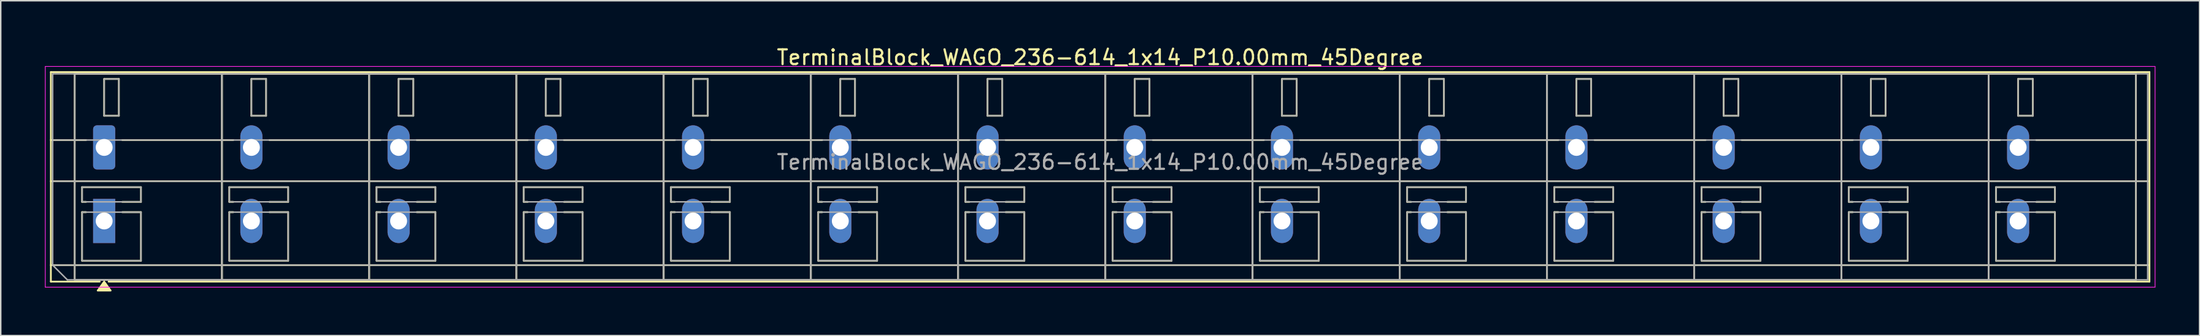
<source format=kicad_pcb>
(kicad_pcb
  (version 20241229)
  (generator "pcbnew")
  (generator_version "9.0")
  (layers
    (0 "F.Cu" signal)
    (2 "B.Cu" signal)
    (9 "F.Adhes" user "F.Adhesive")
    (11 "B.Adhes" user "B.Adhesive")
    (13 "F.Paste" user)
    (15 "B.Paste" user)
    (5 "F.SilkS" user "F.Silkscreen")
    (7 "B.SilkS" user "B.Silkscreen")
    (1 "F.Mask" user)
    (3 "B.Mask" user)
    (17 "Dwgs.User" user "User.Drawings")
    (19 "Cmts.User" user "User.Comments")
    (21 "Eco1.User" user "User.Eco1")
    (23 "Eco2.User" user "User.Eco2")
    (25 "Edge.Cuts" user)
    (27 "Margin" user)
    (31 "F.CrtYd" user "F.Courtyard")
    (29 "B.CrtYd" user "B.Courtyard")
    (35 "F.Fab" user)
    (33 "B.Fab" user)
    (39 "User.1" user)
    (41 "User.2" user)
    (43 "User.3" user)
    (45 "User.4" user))
  (footprint "TerminalBlock_WAGO_236-614_1x14_P10.00mm_45Degree"
    (layer "F.Cu")
    (at 4.025 6.968)
    (property "Reference" "TerminalBlock_WAGO_236-614_1x14_P10.00mm_45Degree" (at 67.65 -6.12 0) (layer "F.SilkS") (effects (font (size 1 1) (thickness 0.15))))
    (attr through_hole)
    (fp_line (start -3.62 -5.12) (end -3.62 9.12) (stroke (width 0.12) (type solid)) (layer "F.SilkS"))
    (fp_line (start -3.62 -5.12) (end 138.92 -5.12) (stroke (width 0.12) (type solid)) (layer "F.SilkS"))
    (fp_line (start -3.62 -0.5) (end -1.23 -0.5) (stroke (width 0.12) (type solid)) (layer "F.SilkS"))
    (fp_line (start -3.62 2.3) (end 138.92 2.3) (stroke (width 0.12) (type solid)) (layer "F.SilkS"))
    (fp_line (start -3.62 8) (end 138.92 8) (stroke (width 0.12) (type solid)) (layer "F.SilkS"))
    (fp_line (start -3.62 9.12) (end -0.3 9.12) (stroke (width 0.12) (type solid)) (layer "F.SilkS"))
    (fp_line (start -2 -5) (end -2 9) (stroke (width 0.12) (type solid)) (layer "F.SilkS"))
    (fp_line (start -2 -5) (end 8 -5) (stroke (width 0.12) (type solid)) (layer "F.SilkS"))
    (fp_line (start -2 9) (end 8 9) (stroke (width 0.12) (type solid)) (layer "F.SilkS"))
    (fp_line (start -1.5 2.7) (end -1.5 3.7) (stroke (width 0.12) (type solid)) (layer "F.SilkS"))
    (fp_line (start -1.5 2.7) (end 2.5 2.7) (stroke (width 0.12) (type solid)) (layer "F.SilkS"))
    (fp_line (start -1.5 3.7) (end -1.23 3.7) (stroke (width 0.12) (type solid)) (layer "F.SilkS"))
    (fp_line (start -1.5 4.4) (end -1.5 7.7) (stroke (width 0.12) (type solid)) (layer "F.SilkS"))
    (fp_line (start -1.5 4.4) (end -1.23 4.4) (stroke (width 0.12) (type solid)) (layer "F.SilkS"))
    (fp_line (start -1.5 7.7) (end 2.5 7.7) (stroke (width 0.12) (type solid)) (layer "F.SilkS"))
    (fp_line (start 0 -4.65) (end 0 -2.15) (stroke (width 0.12) (type solid)) (layer "F.SilkS"))
    (fp_line (start 0 -4.65) (end 1 -4.65) (stroke (width 0.12) (type solid)) (layer "F.SilkS"))
    (fp_line (start 0 -2.15) (end 1 -2.15) (stroke (width 0.12) (type solid)) (layer "F.SilkS"))
    (fp_line (start 0.3 9.12) (end 138.92 9.12) (stroke (width 0.12) (type solid)) (layer "F.SilkS"))
    (fp_line (start 1 -4.65) (end 1 -2.15) (stroke (width 0.12) (type solid)) (layer "F.SilkS"))
    (fp_line (start 1.23 -0.5) (end 8.77 -0.5) (stroke (width 0.12) (type solid)) (layer "F.SilkS"))
    (fp_line (start 1.23 3.7) (end 2.5 3.7) (stroke (width 0.12) (type solid)) (layer "F.SilkS"))
    (fp_line (start 1.23 4.4) (end 2.5 4.4) (stroke (width 0.12) (type solid)) (layer "F.SilkS"))
    (fp_line (start 2.5 2.7) (end 2.5 3.7) (stroke (width 0.12) (type solid)) (layer "F.SilkS"))
    (fp_line (start 2.5 4.4) (end 2.5 7.7) (stroke (width 0.12) (type solid)) (layer "F.SilkS"))
    (fp_line (start 8 -5) (end 8 9) (stroke (width 0.12) (type solid)) (layer "F.SilkS"))
    (fp_line (start 8 -5) (end 8 9) (stroke (width 0.12) (type solid)) (layer "F.SilkS"))
    (fp_line (start 8 -5) (end 18 -5) (stroke (width 0.12) (type solid)) (layer "F.SilkS"))
    (fp_line (start 8 9) (end 18 9) (stroke (width 0.12) (type solid)) (layer "F.SilkS"))
    (fp_line (start 8.5 2.7) (end 8.5 3.7) (stroke (width 0.12) (type solid)) (layer "F.SilkS"))
    (fp_line (start 8.5 2.7) (end 12.5 2.7) (stroke (width 0.12) (type solid)) (layer "F.SilkS"))
    (fp_line (start 8.5 3.7) (end 8.77 3.7) (stroke (width 0.12) (type solid)) (layer "F.SilkS"))
    (fp_line (start 8.5 4.4) (end 8.5 7.7) (stroke (width 0.12) (type solid)) (layer "F.SilkS"))
    (fp_line (start 8.5 4.4) (end 8.77 4.4) (stroke (width 0.12) (type solid)) (layer "F.SilkS"))
    (fp_line (start 8.5 7.7) (end 12.5 7.7) (stroke (width 0.12) (type solid)) (layer "F.SilkS"))
    (fp_line (start 10 -4.65) (end 10 -2.15) (stroke (width 0.12) (type solid)) (layer "F.SilkS"))
    (fp_line (start 10 -4.65) (end 11 -4.65) (stroke (width 0.12) (type solid)) (layer "F.SilkS"))
    (fp_line (start 10 -2.15) (end 11 -2.15) (stroke (width 0.12) (type solid)) (layer "F.SilkS"))
    (fp_line (start 11 -4.65) (end 11 -2.15) (stroke (width 0.12) (type solid)) (layer "F.SilkS"))
    (fp_line (start 11.23 -0.5) (end 18.77 -0.5) (stroke (width 0.12) (type solid)) (layer "F.SilkS"))
    (fp_line (start 11.23 3.7) (end 12.5 3.7) (stroke (width 0.12) (type solid)) (layer "F.SilkS"))
    (fp_line (start 11.23 4.4) (end 12.5 4.4) (stroke (width 0.12) (type solid)) (layer "F.SilkS"))
    (fp_line (start 12.5 2.7) (end 12.5 3.7) (stroke (width 0.12) (type solid)) (layer "F.SilkS"))
    (fp_line (start 12.5 4.4) (end 12.5 7.7) (stroke (width 0.12) (type solid)) (layer "F.SilkS"))
    (fp_line (start 18 -5) (end 18 9) (stroke (width 0.12) (type solid)) (layer "F.SilkS"))
    (fp_line (start 18 -5) (end 18 9) (stroke (width 0.12) (type solid)) (layer "F.SilkS"))
    (fp_line (start 18 -5) (end 28 -5) (stroke (width 0.12) (type solid)) (layer "F.SilkS"))
    (fp_line (start 18 9) (end 28 9) (stroke (width 0.12) (type solid)) (layer "F.SilkS"))
    (fp_line (start 18.5 2.7) (end 18.5 3.7) (stroke (width 0.12) (type solid)) (layer "F.SilkS"))
    (fp_line (start 18.5 2.7) (end 22.5 2.7) (stroke (width 0.12) (type solid)) (layer "F.SilkS"))
    (fp_line (start 18.5 3.7) (end 18.77 3.7) (stroke (width 0.12) (type solid)) (layer "F.SilkS"))
    (fp_line (start 18.5 4.4) (end 18.5 7.7) (stroke (width 0.12) (type solid)) (layer "F.SilkS"))
    (fp_line (start 18.5 4.4) (end 18.77 4.4) (stroke (width 0.12) (type solid)) (layer "F.SilkS"))
    (fp_line (start 18.5 7.7) (end 22.5 7.7) (stroke (width 0.12) (type solid)) (layer "F.SilkS"))
    (fp_line (start 20 -4.65) (end 20 -2.15) (stroke (width 0.12) (type solid)) (layer "F.SilkS"))
    (fp_line (start 20 -4.65) (end 21 -4.65) (stroke (width 0.12) (type solid)) (layer "F.SilkS"))
    (fp_line (start 20 -2.15) (end 21 -2.15) (stroke (width 0.12) (type solid)) (layer "F.SilkS"))
    (fp_line (start 21 -4.65) (end 21 -2.15) (stroke (width 0.12) (type solid)) (layer "F.SilkS"))
    (fp_line (start 21.23 -0.5) (end 28.77 -0.5) (stroke (width 0.12) (type solid)) (layer "F.SilkS"))
    (fp_line (start 21.23 3.7) (end 22.5 3.7) (stroke (width 0.12) (type solid)) (layer "F.SilkS"))
    (fp_line (start 21.23 4.4) (end 22.5 4.4) (stroke (width 0.12) (type solid)) (layer "F.SilkS"))
    (fp_line (start 22.5 2.7) (end 22.5 3.7) (stroke (width 0.12) (type solid)) (layer "F.SilkS"))
    (fp_line (start 22.5 4.4) (end 22.5 7.7) (stroke (width 0.12) (type solid)) (layer "F.SilkS"))
    (fp_line (start 28 -5) (end 28 9) (stroke (width 0.12) (type solid)) (layer "F.SilkS"))
    (fp_line (start 28 -5) (end 28 9) (stroke (width 0.12) (type solid)) (layer "F.SilkS"))
    (fp_line (start 28 -5) (end 38 -5) (stroke (width 0.12) (type solid)) (layer "F.SilkS"))
    (fp_line (start 28 9) (end 38 9) (stroke (width 0.12) (type solid)) (layer "F.SilkS"))
    (fp_line (start 28.5 2.7) (end 28.5 3.7) (stroke (width 0.12) (type solid)) (layer "F.SilkS"))
    (fp_line (start 28.5 2.7) (end 32.5 2.7) (stroke (width 0.12) (type solid)) (layer "F.SilkS"))
    (fp_line (start 28.5 3.7) (end 28.77 3.7) (stroke (width 0.12) (type solid)) (layer "F.SilkS"))
    (fp_line (start 28.5 4.4) (end 28.5 7.7) (stroke (width 0.12) (type solid)) (layer "F.SilkS"))
    (fp_line (start 28.5 4.4) (end 28.77 4.4) (stroke (width 0.12) (type solid)) (layer "F.SilkS"))
    (fp_line (start 28.5 7.7) (end 32.5 7.7) (stroke (width 0.12) (type solid)) (layer "F.SilkS"))
    (fp_line (start 30 -4.65) (end 30 -2.15) (stroke (width 0.12) (type solid)) (layer "F.SilkS"))
    (fp_line (start 30 -4.65) (end 31 -4.65) (stroke (width 0.12) (type solid)) (layer "F.SilkS"))
    (fp_line (start 30 -2.15) (end 31 -2.15) (stroke (width 0.12) (type solid)) (layer "F.SilkS"))
    (fp_line (start 31 -4.65) (end 31 -2.15) (stroke (width 0.12) (type solid)) (layer "F.SilkS"))
    (fp_line (start 31.23 -0.5) (end 38.77 -0.5) (stroke (width 0.12) (type solid)) (layer "F.SilkS"))
    (fp_line (start 31.23 3.7) (end 32.5 3.7) (stroke (width 0.12) (type solid)) (layer "F.SilkS"))
    (fp_line (start 31.23 4.4) (end 32.5 4.4) (stroke (width 0.12) (type solid)) (layer "F.SilkS"))
    (fp_line (start 32.5 2.7) (end 32.5 3.7) (stroke (width 0.12) (type solid)) (layer "F.SilkS"))
    (fp_line (start 32.5 4.4) (end 32.5 7.7) (stroke (width 0.12) (type solid)) (layer "F.SilkS"))
    (fp_line (start 38 -5) (end 38 9) (stroke (width 0.12) (type solid)) (layer "F.SilkS"))
    (fp_line (start 38 -5) (end 38 9) (stroke (width 0.12) (type solid)) (layer "F.SilkS"))
    (fp_line (start 38 -5) (end 48 -5) (stroke (width 0.12) (type solid)) (layer "F.SilkS"))
    (fp_line (start 38 9) (end 48 9) (stroke (width 0.12) (type solid)) (layer "F.SilkS"))
    (fp_line (start 38.5 2.7) (end 38.5 3.7) (stroke (width 0.12) (type solid)) (layer "F.SilkS"))
    (fp_line (start 38.5 2.7) (end 42.5 2.7) (stroke (width 0.12) (type solid)) (layer "F.SilkS"))
    (fp_line (start 38.5 3.7) (end 38.77 3.7) (stroke (width 0.12) (type solid)) (layer "F.SilkS"))
    (fp_line (start 38.5 4.4) (end 38.5 7.7) (stroke (width 0.12) (type solid)) (layer "F.SilkS"))
    (fp_line (start 38.5 4.4) (end 38.77 4.4) (stroke (width 0.12) (type solid)) (layer "F.SilkS"))
    (fp_line (start 38.5 7.7) (end 42.5 7.7) (stroke (width 0.12) (type solid)) (layer "F.SilkS"))
    (fp_line (start 40 -4.65) (end 40 -2.15) (stroke (width 0.12) (type solid)) (layer "F.SilkS"))
    (fp_line (start 40 -4.65) (end 41 -4.65) (stroke (width 0.12) (type solid)) (layer "F.SilkS"))
    (fp_line (start 40 -2.15) (end 41 -2.15) (stroke (width 0.12) (type solid)) (layer "F.SilkS"))
    (fp_line (start 41 -4.65) (end 41 -2.15) (stroke (width 0.12) (type solid)) (layer "F.SilkS"))
    (fp_line (start 41.23 -0.5) (end 48.77 -0.5) (stroke (width 0.12) (type solid)) (layer "F.SilkS"))
    (fp_line (start 41.23 3.7) (end 42.5 3.7) (stroke (width 0.12) (type solid)) (layer "F.SilkS"))
    (fp_line (start 41.23 4.4) (end 42.5 4.4) (stroke (width 0.12) (type solid)) (layer "F.SilkS"))
    (fp_line (start 42.5 2.7) (end 42.5 3.7) (stroke (width 0.12) (type solid)) (layer "F.SilkS"))
    (fp_line (start 42.5 4.4) (end 42.5 7.7) (stroke (width 0.12) (type solid)) (layer "F.SilkS"))
    (fp_line (start 48 -5) (end 48 9) (stroke (width 0.12) (type solid)) (layer "F.SilkS"))
    (fp_line (start 48 -5) (end 48 9) (stroke (width 0.12) (type solid)) (layer "F.SilkS"))
    (fp_line (start 48 -5) (end 58 -5) (stroke (width 0.12) (type solid)) (layer "F.SilkS"))
    (fp_line (start 48 9) (end 58 9) (stroke (width 0.12) (type solid)) (layer "F.SilkS"))
    (fp_line (start 48.5 2.7) (end 48.5 3.7) (stroke (width 0.12) (type solid)) (layer "F.SilkS"))
    (fp_line (start 48.5 2.7) (end 52.5 2.7) (stroke (width 0.12) (type solid)) (layer "F.SilkS"))
    (fp_line (start 48.5 3.7) (end 48.77 3.7) (stroke (width 0.12) (type solid)) (layer "F.SilkS"))
    (fp_line (start 48.5 4.4) (end 48.5 7.7) (stroke (width 0.12) (type solid)) (layer "F.SilkS"))
    (fp_line (start 48.5 4.4) (end 48.77 4.4) (stroke (width 0.12) (type solid)) (layer "F.SilkS"))
    (fp_line (start 48.5 7.7) (end 52.5 7.7) (stroke (width 0.12) (type solid)) (layer "F.SilkS"))
    (fp_line (start 50 -4.65) (end 50 -2.15) (stroke (width 0.12) (type solid)) (layer "F.SilkS"))
    (fp_line (start 50 -4.65) (end 51 -4.65) (stroke (width 0.12) (type solid)) (layer "F.SilkS"))
    (fp_line (start 50 -2.15) (end 51 -2.15) (stroke (width 0.12) (type solid)) (layer "F.SilkS"))
    (fp_line (start 51 -4.65) (end 51 -2.15) (stroke (width 0.12) (type solid)) (layer "F.SilkS"))
    (fp_line (start 51.23 -0.5) (end 58.77 -0.5) (stroke (width 0.12) (type solid)) (layer "F.SilkS"))
    (fp_line (start 51.23 3.7) (end 52.5 3.7) (stroke (width 0.12) (type solid)) (layer "F.SilkS"))
    (fp_line (start 51.23 4.4) (end 52.5 4.4) (stroke (width 0.12) (type solid)) (layer "F.SilkS"))
    (fp_line (start 52.5 2.7) (end 52.5 3.7) (stroke (width 0.12) (type solid)) (layer "F.SilkS"))
    (fp_line (start 52.5 4.4) (end 52.5 7.7) (stroke (width 0.12) (type solid)) (layer "F.SilkS"))
    (fp_line (start 58 -5) (end 58 9) (stroke (width 0.12) (type solid)) (layer "F.SilkS"))
    (fp_line (start 58 -5) (end 58 9) (stroke (width 0.12) (type solid)) (layer "F.SilkS"))
    (fp_line (start 58 -5) (end 68 -5) (stroke (width 0.12) (type solid)) (layer "F.SilkS"))
    (fp_line (start 58 9) (end 68 9) (stroke (width 0.12) (type solid)) (layer "F.SilkS"))
    (fp_line (start 58.5 2.7) (end 58.5 3.7) (stroke (width 0.12) (type solid)) (layer "F.SilkS"))
    (fp_line (start 58.5 2.7) (end 62.5 2.7) (stroke (width 0.12) (type solid)) (layer "F.SilkS"))
    (fp_line (start 58.5 3.7) (end 58.77 3.7) (stroke (width 0.12) (type solid)) (layer "F.SilkS"))
    (fp_line (start 58.5 4.4) (end 58.5 7.7) (stroke (width 0.12) (type solid)) (layer "F.SilkS"))
    (fp_line (start 58.5 4.4) (end 58.77 4.4) (stroke (width 0.12) (type solid)) (layer "F.SilkS"))
    (fp_line (start 58.5 7.7) (end 62.5 7.7) (stroke (width 0.12) (type solid)) (layer "F.SilkS"))
    (fp_line (start 60 -4.65) (end 60 -2.15) (stroke (width 0.12) (type solid)) (layer "F.SilkS"))
    (fp_line (start 60 -4.65) (end 61 -4.65) (stroke (width 0.12) (type solid)) (layer "F.SilkS"))
    (fp_line (start 60 -2.15) (end 61 -2.15) (stroke (width 0.12) (type solid)) (layer "F.SilkS"))
    (fp_line (start 61 -4.65) (end 61 -2.15) (stroke (width 0.12) (type solid)) (layer "F.SilkS"))
    (fp_line (start 61.23 -0.5) (end 68.77 -0.5) (stroke (width 0.12) (type solid)) (layer "F.SilkS"))
    (fp_line (start 61.23 3.7) (end 62.5 3.7) (stroke (width 0.12) (type solid)) (layer "F.SilkS"))
    (fp_line (start 61.23 4.4) (end 62.5 4.4) (stroke (width 0.12) (type solid)) (layer "F.SilkS"))
    (fp_line (start 62.5 2.7) (end 62.5 3.7) (stroke (width 0.12) (type solid)) (layer "F.SilkS"))
    (fp_line (start 62.5 4.4) (end 62.5 7.7) (stroke (width 0.12) (type solid)) (layer "F.SilkS"))
    (fp_line (start 68 -5) (end 68 9) (stroke (width 0.12) (type solid)) (layer "F.SilkS"))
    (fp_line (start 68 -5) (end 68 9) (stroke (width 0.12) (type solid)) (layer "F.SilkS"))
    (fp_line (start 68 -5) (end 78 -5) (stroke (width 0.12) (type solid)) (layer "F.SilkS"))
    (fp_line (start 68 9) (end 78 9) (stroke (width 0.12) (type solid)) (layer "F.SilkS"))
    (fp_line (start 68.5 2.7) (end 68.5 3.7) (stroke (width 0.12) (type solid)) (layer "F.SilkS"))
    (fp_line (start 68.5 2.7) (end 72.5 2.7) (stroke (width 0.12) (type solid)) (layer "F.SilkS"))
    (fp_line (start 68.5 3.7) (end 68.77 3.7) (stroke (width 0.12) (type solid)) (layer "F.SilkS"))
    (fp_line (start 68.5 4.4) (end 68.5 7.7) (stroke (width 0.12) (type solid)) (layer "F.SilkS"))
    (fp_line (start 68.5 4.4) (end 68.77 4.4) (stroke (width 0.12) (type solid)) (layer "F.SilkS"))
    (fp_line (start 68.5 7.7) (end 72.5 7.7) (stroke (width 0.12) (type solid)) (layer "F.SilkS"))
    (fp_line (start 70 -4.65) (end 70 -2.15) (stroke (width 0.12) (type solid)) (layer "F.SilkS"))
    (fp_line (start 70 -4.65) (end 71 -4.65) (stroke (width 0.12) (type solid)) (layer "F.SilkS"))
    (fp_line (start 70 -2.15) (end 71 -2.15) (stroke (width 0.12) (type solid)) (layer "F.SilkS"))
    (fp_line (start 71 -4.65) (end 71 -2.15) (stroke (width 0.12) (type solid)) (layer "F.SilkS"))
    (fp_line (start 71.23 -0.5) (end 78.77 -0.5) (stroke (width 0.12) (type solid)) (layer "F.SilkS"))
    (fp_line (start 71.23 3.7) (end 72.5 3.7) (stroke (width 0.12) (type solid)) (layer "F.SilkS"))
    (fp_line (start 71.23 4.4) (end 72.5 4.4) (stroke (width 0.12) (type solid)) (layer "F.SilkS"))
    (fp_line (start 72.5 2.7) (end 72.5 3.7) (stroke (width 0.12) (type solid)) (layer "F.SilkS"))
    (fp_line (start 72.5 4.4) (end 72.5 7.7) (stroke (width 0.12) (type solid)) (layer "F.SilkS"))
    (fp_line (start 78 -5) (end 78 9) (stroke (width 0.12) (type solid)) (layer "F.SilkS"))
    (fp_line (start 78 -5) (end 78 9) (stroke (width 0.12) (type solid)) (layer "F.SilkS"))
    (fp_line (start 78 -5) (end 88 -5) (stroke (width 0.12) (type solid)) (layer "F.SilkS"))
    (fp_line (start 78 9) (end 88 9) (stroke (width 0.12) (type solid)) (layer "F.SilkS"))
    (fp_line (start 78.5 2.7) (end 78.5 3.7) (stroke (width 0.12) (type solid)) (layer "F.SilkS"))
    (fp_line (start 78.5 2.7) (end 82.5 2.7) (stroke (width 0.12) (type solid)) (layer "F.SilkS"))
    (fp_line (start 78.5 3.7) (end 78.77 3.7) (stroke (width 0.12) (type solid)) (layer "F.SilkS"))
    (fp_line (start 78.5 4.4) (end 78.5 7.7) (stroke (width 0.12) (type solid)) (layer "F.SilkS"))
    (fp_line (start 78.5 4.4) (end 78.77 4.4) (stroke (width 0.12) (type solid)) (layer "F.SilkS"))
    (fp_line (start 78.5 7.7) (end 82.5 7.7) (stroke (width 0.12) (type solid)) (layer "F.SilkS"))
    (fp_line (start 80 -4.65) (end 80 -2.15) (stroke (width 0.12) (type solid)) (layer "F.SilkS"))
    (fp_line (start 80 -4.65) (end 81 -4.65) (stroke (width 0.12) (type solid)) (layer "F.SilkS"))
    (fp_line (start 80 -2.15) (end 81 -2.15) (stroke (width 0.12) (type solid)) (layer "F.SilkS"))
    (fp_line (start 81 -4.65) (end 81 -2.15) (stroke (width 0.12) (type solid)) (layer "F.SilkS"))
    (fp_line (start 81.23 -0.5) (end 88.77 -0.5) (stroke (width 0.12) (type solid)) (layer "F.SilkS"))
    (fp_line (start 81.23 3.7) (end 82.5 3.7) (stroke (width 0.12) (type solid)) (layer "F.SilkS"))
    (fp_line (start 81.23 4.4) (end 82.5 4.4) (stroke (width 0.12) (type solid)) (layer "F.SilkS"))
    (fp_line (start 82.5 2.7) (end 82.5 3.7) (stroke (width 0.12) (type solid)) (layer "F.SilkS"))
    (fp_line (start 82.5 4.4) (end 82.5 7.7) (stroke (width 0.12) (type solid)) (layer "F.SilkS"))
    (fp_line (start 88 -5) (end 88 9) (stroke (width 0.12) (type solid)) (layer "F.SilkS"))
    (fp_line (start 88 -5) (end 88 9) (stroke (width 0.12) (type solid)) (layer "F.SilkS"))
    (fp_line (start 88 -5) (end 98 -5) (stroke (width 0.12) (type solid)) (layer "F.SilkS"))
    (fp_line (start 88 9) (end 98 9) (stroke (width 0.12) (type solid)) (layer "F.SilkS"))
    (fp_line (start 88.5 2.7) (end 88.5 3.7) (stroke (width 0.12) (type solid)) (layer "F.SilkS"))
    (fp_line (start 88.5 2.7) (end 92.5 2.7) (stroke (width 0.12) (type solid)) (layer "F.SilkS"))
    (fp_line (start 88.5 3.7) (end 88.77 3.7) (stroke (width 0.12) (type solid)) (layer "F.SilkS"))
    (fp_line (start 88.5 4.4) (end 88.5 7.7) (stroke (width 0.12) (type solid)) (layer "F.SilkS"))
    (fp_line (start 88.5 4.4) (end 88.77 4.4) (stroke (width 0.12) (type solid)) (layer "F.SilkS"))
    (fp_line (start 88.5 7.7) (end 92.5 7.7) (stroke (width 0.12) (type solid)) (layer "F.SilkS"))
    (fp_line (start 90 -4.65) (end 90 -2.15) (stroke (width 0.12) (type solid)) (layer "F.SilkS"))
    (fp_line (start 90 -4.65) (end 91 -4.65) (stroke (width 0.12) (type solid)) (layer "F.SilkS"))
    (fp_line (start 90 -2.15) (end 91 -2.15) (stroke (width 0.12) (type solid)) (layer "F.SilkS"))
    (fp_line (start 91 -4.65) (end 91 -2.15) (stroke (width 0.12) (type solid)) (layer "F.SilkS"))
    (fp_line (start 91.23 -0.5) (end 98.77 -0.5) (stroke (width 0.12) (type solid)) (layer "F.SilkS"))
    (fp_line (start 91.23 3.7) (end 92.5 3.7) (stroke (width 0.12) (type solid)) (layer "F.SilkS"))
    (fp_line (start 91.23 4.4) (end 92.5 4.4) (stroke (width 0.12) (type solid)) (layer "F.SilkS"))
    (fp_line (start 92.5 2.7) (end 92.5 3.7) (stroke (width 0.12) (type solid)) (layer "F.SilkS"))
    (fp_line (start 92.5 4.4) (end 92.5 7.7) (stroke (width 0.12) (type solid)) (layer "F.SilkS"))
    (fp_line (start 98 -5) (end 98 9) (stroke (width 0.12) (type solid)) (layer "F.SilkS"))
    (fp_line (start 98 -5) (end 98 9) (stroke (width 0.12) (type solid)) (layer "F.SilkS"))
    (fp_line (start 98 -5) (end 108 -5) (stroke (width 0.12) (type solid)) (layer "F.SilkS"))
    (fp_line (start 98 9) (end 108 9) (stroke (width 0.12) (type solid)) (layer "F.SilkS"))
    (fp_line (start 98.5 2.7) (end 98.5 3.7) (stroke (width 0.12) (type solid)) (layer "F.SilkS"))
    (fp_line (start 98.5 2.7) (end 102.5 2.7) (stroke (width 0.12) (type solid)) (layer "F.SilkS"))
    (fp_line (start 98.5 3.7) (end 98.77 3.7) (stroke (width 0.12) (type solid)) (layer "F.SilkS"))
    (fp_line (start 98.5 4.4) (end 98.5 7.7) (stroke (width 0.12) (type solid)) (layer "F.SilkS"))
    (fp_line (start 98.5 4.4) (end 98.77 4.4) (stroke (width 0.12) (type solid)) (layer "F.SilkS"))
    (fp_line (start 98.5 7.7) (end 102.5 7.7) (stroke (width 0.12) (type solid)) (layer "F.SilkS"))
    (fp_line (start 100 -4.65) (end 100 -2.15) (stroke (width 0.12) (type solid)) (layer "F.SilkS"))
    (fp_line (start 100 -4.65) (end 101 -4.65) (stroke (width 0.12) (type solid)) (layer "F.SilkS"))
    (fp_line (start 100 -2.15) (end 101 -2.15) (stroke (width 0.12) (type solid)) (layer "F.SilkS"))
    (fp_line (start 101 -4.65) (end 101 -2.15) (stroke (width 0.12) (type solid)) (layer "F.SilkS"))
    (fp_line (start 101.23 -0.5) (end 108.77 -0.5) (stroke (width 0.12) (type solid)) (layer "F.SilkS"))
    (fp_line (start 101.23 3.7) (end 102.5 3.7) (stroke (width 0.12) (type solid)) (layer "F.SilkS"))
    (fp_line (start 101.23 4.4) (end 102.5 4.4) (stroke (width 0.12) (type solid)) (layer "F.SilkS"))
    (fp_line (start 102.5 2.7) (end 102.5 3.7) (stroke (width 0.12) (type solid)) (layer "F.SilkS"))
    (fp_line (start 102.5 4.4) (end 102.5 7.7) (stroke (width 0.12) (type solid)) (layer "F.SilkS"))
    (fp_line (start 108 -5) (end 108 9) (stroke (width 0.12) (type solid)) (layer "F.SilkS"))
    (fp_line (start 108 -5) (end 108 9) (stroke (width 0.12) (type solid)) (layer "F.SilkS"))
    (fp_line (start 108 -5) (end 118 -5) (stroke (width 0.12) (type solid)) (layer "F.SilkS"))
    (fp_line (start 108 9) (end 118 9) (stroke (width 0.12) (type solid)) (layer "F.SilkS"))
    (fp_line (start 108.5 2.7) (end 108.5 3.7) (stroke (width 0.12) (type solid)) (layer "F.SilkS"))
    (fp_line (start 108.5 2.7) (end 112.5 2.7) (stroke (width 0.12) (type solid)) (layer "F.SilkS"))
    (fp_line (start 108.5 3.7) (end 108.77 3.7) (stroke (width 0.12) (type solid)) (layer "F.SilkS"))
    (fp_line (start 108.5 4.4) (end 108.5 7.7) (stroke (width 0.12) (type solid)) (layer "F.SilkS"))
    (fp_line (start 108.5 4.4) (end 108.77 4.4) (stroke (width 0.12) (type solid)) (layer "F.SilkS"))
    (fp_line (start 108.5 7.7) (end 112.5 7.7) (stroke (width 0.12) (type solid)) (layer "F.SilkS"))
    (fp_line (start 110 -4.65) (end 110 -2.15) (stroke (width 0.12) (type solid)) (layer "F.SilkS"))
    (fp_line (start 110 -4.65) (end 111 -4.65) (stroke (width 0.12) (type solid)) (layer "F.SilkS"))
    (fp_line (start 110 -2.15) (end 111 -2.15) (stroke (width 0.12) (type solid)) (layer "F.SilkS"))
    (fp_line (start 111 -4.65) (end 111 -2.15) (stroke (width 0.12) (type solid)) (layer "F.SilkS"))
    (fp_line (start 111.23 -0.5) (end 118.77 -0.5) (stroke (width 0.12) (type solid)) (layer "F.SilkS"))
    (fp_line (start 111.23 3.7) (end 112.5 3.7) (stroke (width 0.12) (type solid)) (layer "F.SilkS"))
    (fp_line (start 111.23 4.4) (end 112.5 4.4) (stroke (width 0.12) (type solid)) (layer "F.SilkS"))
    (fp_line (start 112.5 2.7) (end 112.5 3.7) (stroke (width 0.12) (type solid)) (layer "F.SilkS"))
    (fp_line (start 112.5 4.4) (end 112.5 7.7) (stroke (width 0.12) (type solid)) (layer "F.SilkS"))
    (fp_line (start 118 -5) (end 118 9) (stroke (width 0.12) (type solid)) (layer "F.SilkS"))
    (fp_line (start 118 -5) (end 118 9) (stroke (width 0.12) (type solid)) (layer "F.SilkS"))
    (fp_line (start 118 -5) (end 128 -5) (stroke (width 0.12) (type solid)) (layer "F.SilkS"))
    (fp_line (start 118 9) (end 128 9) (stroke (width 0.12) (type solid)) (layer "F.SilkS"))
    (fp_line (start 118.5 2.7) (end 118.5 3.7) (stroke (width 0.12) (type solid)) (layer "F.SilkS"))
    (fp_line (start 118.5 2.7) (end 122.5 2.7) (stroke (width 0.12) (type solid)) (layer "F.SilkS"))
    (fp_line (start 118.5 3.7) (end 118.77 3.7) (stroke (width 0.12) (type solid)) (layer "F.SilkS"))
    (fp_line (start 118.5 4.4) (end 118.5 7.7) (stroke (width 0.12) (type solid)) (layer "F.SilkS"))
    (fp_line (start 118.5 4.4) (end 118.77 4.4) (stroke (width 0.12) (type solid)) (layer "F.SilkS"))
    (fp_line (start 118.5 7.7) (end 122.5 7.7) (stroke (width 0.12) (type solid)) (layer "F.SilkS"))
    (fp_line (start 120 -4.65) (end 120 -2.15) (stroke (width 0.12) (type solid)) (layer "F.SilkS"))
    (fp_line (start 120 -4.65) (end 121 -4.65) (stroke (width 0.12) (type solid)) (layer "F.SilkS"))
    (fp_line (start 120 -2.15) (end 121 -2.15) (stroke (width 0.12) (type solid)) (layer "F.SilkS"))
    (fp_line (start 121 -4.65) (end 121 -2.15) (stroke (width 0.12) (type solid)) (layer "F.SilkS"))
    (fp_line (start 121.23 -0.5) (end 128.77 -0.5) (stroke (width 0.12) (type solid)) (layer "F.SilkS"))
    (fp_line (start 121.23 3.7) (end 122.5 3.7) (stroke (width 0.12) (type solid)) (layer "F.SilkS"))
    (fp_line (start 121.23 4.4) (end 122.5 4.4) (stroke (width 0.12) (type solid)) (layer "F.SilkS"))
    (fp_line (start 122.5 2.7) (end 122.5 3.7) (stroke (width 0.12) (type solid)) (layer "F.SilkS"))
    (fp_line (start 122.5 4.4) (end 122.5 7.7) (stroke (width 0.12) (type solid)) (layer "F.SilkS"))
    (fp_line (start 128 -5) (end 128 9) (stroke (width 0.12) (type solid)) (layer "F.SilkS"))
    (fp_line (start 128 -5) (end 128 9) (stroke (width 0.12) (type solid)) (layer "F.SilkS"))
    (fp_line (start 128 -5) (end 138 -5) (stroke (width 0.12) (type solid)) (layer "F.SilkS"))
    (fp_line (start 128 9) (end 138 9) (stroke (width 0.12) (type solid)) (layer "F.SilkS"))
    (fp_line (start 128.5 2.7) (end 128.5 3.7) (stroke (width 0.12) (type solid)) (layer "F.SilkS"))
    (fp_line (start 128.5 2.7) (end 132.5 2.7) (stroke (width 0.12) (type solid)) (layer "F.SilkS"))
    (fp_line (start 128.5 3.7) (end 128.77 3.7) (stroke (width 0.12) (type solid)) (layer "F.SilkS"))
    (fp_line (start 128.5 4.4) (end 128.5 7.7) (stroke (width 0.12) (type solid)) (layer "F.SilkS"))
    (fp_line (start 128.5 4.4) (end 128.77 4.4) (stroke (width 0.12) (type solid)) (layer "F.SilkS"))
    (fp_line (start 128.5 7.7) (end 132.5 7.7) (stroke (width 0.12) (type solid)) (layer "F.SilkS"))
    (fp_line (start 130 -4.65) (end 130 -2.15) (stroke (width 0.12) (type solid)) (layer "F.SilkS"))
    (fp_line (start 130 -4.65) (end 131 -4.65) (stroke (width 0.12) (type solid)) (layer "F.SilkS"))
    (fp_line (start 130 -2.15) (end 131 -2.15) (stroke (width 0.12) (type solid)) (layer "F.SilkS"))
    (fp_line (start 131 -4.65) (end 131 -2.15) (stroke (width 0.12) (type solid)) (layer "F.SilkS"))
    (fp_line (start 131.23 -0.5) (end 138.92 -0.5) (stroke (width 0.12) (type solid)) (layer "F.SilkS"))
    (fp_line (start 131.23 3.7) (end 132.5 3.7) (stroke (width 0.12) (type solid)) (layer "F.SilkS"))
    (fp_line (start 131.23 4.4) (end 132.5 4.4) (stroke (width 0.12) (type solid)) (layer "F.SilkS"))
    (fp_line (start 132.5 2.7) (end 132.5 3.7) (stroke (width 0.12) (type solid)) (layer "F.SilkS"))
    (fp_line (start 132.5 4.4) (end 132.5 7.7) (stroke (width 0.12) (type solid)) (layer "F.SilkS"))
    (fp_line (start 138 -5) (end 138 9) (stroke (width 0.12) (type solid)) (layer "F.SilkS"))
    (fp_line (start 138.92 -5.12) (end 138.92 9.12) (stroke (width 0.12) (type solid)) (layer "F.SilkS"))
    (fp_poly (pts (xy 0 9.12) (xy 0.44 9.73) (xy -0.44 9.73)) (stroke (width 0.12) (type solid)) (fill yes) (layer "F.SilkS"))
    (fp_line (start -4 -5.5) (end -4 9.5) (stroke (width 0.05) (type solid)) (layer "F.CrtYd"))
    (fp_line (start -4 9.5) (end 139.3 9.5) (stroke (width 0.05) (type solid)) (layer "F.CrtYd"))
    (fp_line (start 139.3 -5.5) (end -4 -5.5) (stroke (width 0.05) (type solid)) (layer "F.CrtYd"))
    (fp_line (start 139.3 9.5) (end 139.3 -5.5) (stroke (width 0.05) (type solid)) (layer "F.CrtYd"))
    (fp_line (start -3.5 -5) (end 138.8 -5) (stroke (width 0.1) (type solid)) (layer "F.Fab"))
    (fp_line (start -3.5 -0.5) (end 138.8 -0.5) (stroke (width 0.1) (type solid)) (layer "F.Fab"))
    (fp_line (start -3.5 2.3) (end 138.8 2.3) (stroke (width 0.1) (type solid)) (layer "F.Fab"))
    (fp_line (start -3.5 8) (end -3.5 -5) (stroke (width 0.1) (type solid)) (layer "F.Fab"))
    (fp_line (start -3.5 8) (end 138.8 8) (stroke (width 0.1) (type solid)) (layer "F.Fab"))
    (fp_line (start -2.5 9) (end -3.5 8) (stroke (width 0.1) (type solid)) (layer "F.Fab"))
    (fp_line (start -2 -5) (end -2 9) (stroke (width 0.1) (type solid)) (layer "F.Fab"))
    (fp_line (start -2 9) (end 8 9) (stroke (width 0.1) (type solid)) (layer "F.Fab"))
    (fp_line (start -1.5 2.7) (end -1.5 3.7) (stroke (width 0.1) (type solid)) (layer "F.Fab"))
    (fp_line (start -1.5 3.7) (end 2.5 3.7) (stroke (width 0.1) (type solid)) (layer "F.Fab"))
    (fp_line (start -1.5 4.4) (end -1.5 7.7) (stroke (width 0.1) (type solid)) (layer "F.Fab"))
    (fp_line (start -1.5 7.7) (end 2.5 7.7) (stroke (width 0.1) (type solid)) (layer "F.Fab"))
    (fp_line (start 0 -4.65) (end 0 -2.15) (stroke (width 0.1) (type solid)) (layer "F.Fab"))
    (fp_line (start 0 -2.15) (end 1 -2.15) (stroke (width 0.1) (type solid)) (layer "F.Fab"))
    (fp_line (start 1 -4.65) (end 0 -4.65) (stroke (width 0.1) (type solid)) (layer "F.Fab"))
    (fp_line (start 1 -2.15) (end 1 -4.65) (stroke (width 0.1) (type solid)) (layer "F.Fab"))
    (fp_line (start 2.5 2.7) (end -1.5 2.7) (stroke (width 0.1) (type solid)) (layer "F.Fab"))
    (fp_line (start 2.5 3.7) (end 2.5 2.7) (stroke (width 0.1) (type solid)) (layer "F.Fab"))
    (fp_line (start 2.5 4.4) (end -1.5 4.4) (stroke (width 0.1) (type solid)) (layer "F.Fab"))
    (fp_line (start 2.5 7.7) (end 2.5 4.4) (stroke (width 0.1) (type solid)) (layer "F.Fab"))
    (fp_line (start 8 -5) (end -2 -5) (stroke (width 0.1) (type solid)) (layer "F.Fab"))
    (fp_line (start 8 -5) (end 8 9) (stroke (width 0.1) (type solid)) (layer "F.Fab"))
    (fp_line (start 8 9) (end 8 -5) (stroke (width 0.1) (type solid)) (layer "F.Fab"))
    (fp_line (start 8 9) (end 18 9) (stroke (width 0.1) (type solid)) (layer "F.Fab"))
    (fp_line (start 8.5 2.7) (end 8.5 3.7) (stroke (width 0.1) (type solid)) (layer "F.Fab"))
    (fp_line (start 8.5 3.7) (end 12.5 3.7) (stroke (width 0.1) (type solid)) (layer "F.Fab"))
    (fp_line (start 8.5 4.4) (end 8.5 7.7) (stroke (width 0.1) (type solid)) (layer "F.Fab"))
    (fp_line (start 8.5 7.7) (end 12.5 7.7) (stroke (width 0.1) (type solid)) (layer "F.Fab"))
    (fp_line (start 10 -4.65) (end 10 -2.15) (stroke (width 0.1) (type solid)) (layer "F.Fab"))
    (fp_line (start 10 -2.15) (end 11 -2.15) (stroke (width 0.1) (type solid)) (layer "F.Fab"))
    (fp_line (start 11 -4.65) (end 10 -4.65) (stroke (width 0.1) (type solid)) (layer "F.Fab"))
    (fp_line (start 11 -2.15) (end 11 -4.65) (stroke (width 0.1) (type solid)) (layer "F.Fab"))
    (fp_line (start 12.5 2.7) (end 8.5 2.7) (stroke (width 0.1) (type solid)) (layer "F.Fab"))
    (fp_line (start 12.5 3.7) (end 12.5 2.7) (stroke (width 0.1) (type solid)) (layer "F.Fab"))
    (fp_line (start 12.5 4.4) (end 8.5 4.4) (stroke (width 0.1) (type solid)) (layer "F.Fab"))
    (fp_line (start 12.5 7.7) (end 12.5 4.4) (stroke (width 0.1) (type solid)) (layer "F.Fab"))
    (fp_line (start 18 -5) (end 8 -5) (stroke (width 0.1) (type solid)) (layer "F.Fab"))
    (fp_line (start 18 -5) (end 18 9) (stroke (width 0.1) (type solid)) (layer "F.Fab"))
    (fp_line (start 18 9) (end 18 -5) (stroke (width 0.1) (type solid)) (layer "F.Fab"))
    (fp_line (start 18 9) (end 28 9) (stroke (width 0.1) (type solid)) (layer "F.Fab"))
    (fp_line (start 18.5 2.7) (end 18.5 3.7) (stroke (width 0.1) (type solid)) (layer "F.Fab"))
    (fp_line (start 18.5 3.7) (end 22.5 3.7) (stroke (width 0.1) (type solid)) (layer "F.Fab"))
    (fp_line (start 18.5 4.4) (end 18.5 7.7) (stroke (width 0.1) (type solid)) (layer "F.Fab"))
    (fp_line (start 18.5 7.7) (end 22.5 7.7) (stroke (width 0.1) (type solid)) (layer "F.Fab"))
    (fp_line (start 20 -4.65) (end 20 -2.15) (stroke (width 0.1) (type solid)) (layer "F.Fab"))
    (fp_line (start 20 -2.15) (end 21 -2.15) (stroke (width 0.1) (type solid)) (layer "F.Fab"))
    (fp_line (start 21 -4.65) (end 20 -4.65) (stroke (width 0.1) (type solid)) (layer "F.Fab"))
    (fp_line (start 21 -2.15) (end 21 -4.65) (stroke (width 0.1) (type solid)) (layer "F.Fab"))
    (fp_line (start 22.5 2.7) (end 18.5 2.7) (stroke (width 0.1) (type solid)) (layer "F.Fab"))
    (fp_line (start 22.5 3.7) (end 22.5 2.7) (stroke (width 0.1) (type solid)) (layer "F.Fab"))
    (fp_line (start 22.5 4.4) (end 18.5 4.4) (stroke (width 0.1) (type solid)) (layer "F.Fab"))
    (fp_line (start 22.5 7.7) (end 22.5 4.4) (stroke (width 0.1) (type solid)) (layer "F.Fab"))
    (fp_line (start 28 -5) (end 18 -5) (stroke (width 0.1) (type solid)) (layer "F.Fab"))
    (fp_line (start 28 -5) (end 28 9) (stroke (width 0.1) (type solid)) (layer "F.Fab"))
    (fp_line (start 28 9) (end 28 -5) (stroke (width 0.1) (type solid)) (layer "F.Fab"))
    (fp_line (start 28 9) (end 38 9) (stroke (width 0.1) (type solid)) (layer "F.Fab"))
    (fp_line (start 28.5 2.7) (end 28.5 3.7) (stroke (width 0.1) (type solid)) (layer "F.Fab"))
    (fp_line (start 28.5 3.7) (end 32.5 3.7) (stroke (width 0.1) (type solid)) (layer "F.Fab"))
    (fp_line (start 28.5 4.4) (end 28.5 7.7) (stroke (width 0.1) (type solid)) (layer "F.Fab"))
    (fp_line (start 28.5 7.7) (end 32.5 7.7) (stroke (width 0.1) (type solid)) (layer "F.Fab"))
    (fp_line (start 30 -4.65) (end 30 -2.15) (stroke (width 0.1) (type solid)) (layer "F.Fab"))
    (fp_line (start 30 -2.15) (end 31 -2.15) (stroke (width 0.1) (type solid)) (layer "F.Fab"))
    (fp_line (start 31 -4.65) (end 30 -4.65) (stroke (width 0.1) (type solid)) (layer "F.Fab"))
    (fp_line (start 31 -2.15) (end 31 -4.65) (stroke (width 0.1) (type solid)) (layer "F.Fab"))
    (fp_line (start 32.5 2.7) (end 28.5 2.7) (stroke (width 0.1) (type solid)) (layer "F.Fab"))
    (fp_line (start 32.5 3.7) (end 32.5 2.7) (stroke (width 0.1) (type solid)) (layer "F.Fab"))
    (fp_line (start 32.5 4.4) (end 28.5 4.4) (stroke (width 0.1) (type solid)) (layer "F.Fab"))
    (fp_line (start 32.5 7.7) (end 32.5 4.4) (stroke (width 0.1) (type solid)) (layer "F.Fab"))
    (fp_line (start 38 -5) (end 28 -5) (stroke (width 0.1) (type solid)) (layer "F.Fab"))
    (fp_line (start 38 -5) (end 38 9) (stroke (width 0.1) (type solid)) (layer "F.Fab"))
    (fp_line (start 38 9) (end 38 -5) (stroke (width 0.1) (type solid)) (layer "F.Fab"))
    (fp_line (start 38 9) (end 48 9) (stroke (width 0.1) (type solid)) (layer "F.Fab"))
    (fp_line (start 38.5 2.7) (end 38.5 3.7) (stroke (width 0.1) (type solid)) (layer "F.Fab"))
    (fp_line (start 38.5 3.7) (end 42.5 3.7) (stroke (width 0.1) (type solid)) (layer "F.Fab"))
    (fp_line (start 38.5 4.4) (end 38.5 7.7) (stroke (width 0.1) (type solid)) (layer "F.Fab"))
    (fp_line (start 38.5 7.7) (end 42.5 7.7) (stroke (width 0.1) (type solid)) (layer "F.Fab"))
    (fp_line (start 40 -4.65) (end 40 -2.15) (stroke (width 0.1) (type solid)) (layer "F.Fab"))
    (fp_line (start 40 -2.15) (end 41 -2.15) (stroke (width 0.1) (type solid)) (layer "F.Fab"))
    (fp_line (start 41 -4.65) (end 40 -4.65) (stroke (width 0.1) (type solid)) (layer "F.Fab"))
    (fp_line (start 41 -2.15) (end 41 -4.65) (stroke (width 0.1) (type solid)) (layer "F.Fab"))
    (fp_line (start 42.5 2.7) (end 38.5 2.7) (stroke (width 0.1) (type solid)) (layer "F.Fab"))
    (fp_line (start 42.5 3.7) (end 42.5 2.7) (stroke (width 0.1) (type solid)) (layer "F.Fab"))
    (fp_line (start 42.5 4.4) (end 38.5 4.4) (stroke (width 0.1) (type solid)) (layer "F.Fab"))
    (fp_line (start 42.5 7.7) (end 42.5 4.4) (stroke (width 0.1) (type solid)) (layer "F.Fab"))
    (fp_line (start 48 -5) (end 38 -5) (stroke (width 0.1) (type solid)) (layer "F.Fab"))
    (fp_line (start 48 -5) (end 48 9) (stroke (width 0.1) (type solid)) (layer "F.Fab"))
    (fp_line (start 48 9) (end 48 -5) (stroke (width 0.1) (type solid)) (layer "F.Fab"))
    (fp_line (start 48 9) (end 58 9) (stroke (width 0.1) (type solid)) (layer "F.Fab"))
    (fp_line (start 48.5 2.7) (end 48.5 3.7) (stroke (width 0.1) (type solid)) (layer "F.Fab"))
    (fp_line (start 48.5 3.7) (end 52.5 3.7) (stroke (width 0.1) (type solid)) (layer "F.Fab"))
    (fp_line (start 48.5 4.4) (end 48.5 7.7) (stroke (width 0.1) (type solid)) (layer "F.Fab"))
    (fp_line (start 48.5 7.7) (end 52.5 7.7) (stroke (width 0.1) (type solid)) (layer "F.Fab"))
    (fp_line (start 50 -4.65) (end 50 -2.15) (stroke (width 0.1) (type solid)) (layer "F.Fab"))
    (fp_line (start 50 -2.15) (end 51 -2.15) (stroke (width 0.1) (type solid)) (layer "F.Fab"))
    (fp_line (start 51 -4.65) (end 50 -4.65) (stroke (width 0.1) (type solid)) (layer "F.Fab"))
    (fp_line (start 51 -2.15) (end 51 -4.65) (stroke (width 0.1) (type solid)) (layer "F.Fab"))
    (fp_line (start 52.5 2.7) (end 48.5 2.7) (stroke (width 0.1) (type solid)) (layer "F.Fab"))
    (fp_line (start 52.5 3.7) (end 52.5 2.7) (stroke (width 0.1) (type solid)) (layer "F.Fab"))
    (fp_line (start 52.5 4.4) (end 48.5 4.4) (stroke (width 0.1) (type solid)) (layer "F.Fab"))
    (fp_line (start 52.5 7.7) (end 52.5 4.4) (stroke (width 0.1) (type solid)) (layer "F.Fab"))
    (fp_line (start 58 -5) (end 48 -5) (stroke (width 0.1) (type solid)) (layer "F.Fab"))
    (fp_line (start 58 -5) (end 58 9) (stroke (width 0.1) (type solid)) (layer "F.Fab"))
    (fp_line (start 58 9) (end 58 -5) (stroke (width 0.1) (type solid)) (layer "F.Fab"))
    (fp_line (start 58 9) (end 68 9) (stroke (width 0.1) (type solid)) (layer "F.Fab"))
    (fp_line (start 58.5 2.7) (end 58.5 3.7) (stroke (width 0.1) (type solid)) (layer "F.Fab"))
    (fp_line (start 58.5 3.7) (end 62.5 3.7) (stroke (width 0.1) (type solid)) (layer "F.Fab"))
    (fp_line (start 58.5 4.4) (end 58.5 7.7) (stroke (width 0.1) (type solid)) (layer "F.Fab"))
    (fp_line (start 58.5 7.7) (end 62.5 7.7) (stroke (width 0.1) (type solid)) (layer "F.Fab"))
    (fp_line (start 60 -4.65) (end 60 -2.15) (stroke (width 0.1) (type solid)) (layer "F.Fab"))
    (fp_line (start 60 -2.15) (end 61 -2.15) (stroke (width 0.1) (type solid)) (layer "F.Fab"))
    (fp_line (start 61 -4.65) (end 60 -4.65) (stroke (width 0.1) (type solid)) (layer "F.Fab"))
    (fp_line (start 61 -2.15) (end 61 -4.65) (stroke (width 0.1) (type solid)) (layer "F.Fab"))
    (fp_line (start 62.5 2.7) (end 58.5 2.7) (stroke (width 0.1) (type solid)) (layer "F.Fab"))
    (fp_line (start 62.5 3.7) (end 62.5 2.7) (stroke (width 0.1) (type solid)) (layer "F.Fab"))
    (fp_line (start 62.5 4.4) (end 58.5 4.4) (stroke (width 0.1) (type solid)) (layer "F.Fab"))
    (fp_line (start 62.5 7.7) (end 62.5 4.4) (stroke (width 0.1) (type solid)) (layer "F.Fab"))
    (fp_line (start 68 -5) (end 58 -5) (stroke (width 0.1) (type solid)) (layer "F.Fab"))
    (fp_line (start 68 -5) (end 68 9) (stroke (width 0.1) (type solid)) (layer "F.Fab"))
    (fp_line (start 68 9) (end 68 -5) (stroke (width 0.1) (type solid)) (layer "F.Fab"))
    (fp_line (start 68 9) (end 78 9) (stroke (width 0.1) (type solid)) (layer "F.Fab"))
    (fp_line (start 68.5 2.7) (end 68.5 3.7) (stroke (width 0.1) (type solid)) (layer "F.Fab"))
    (fp_line (start 68.5 3.7) (end 72.5 3.7) (stroke (width 0.1) (type solid)) (layer "F.Fab"))
    (fp_line (start 68.5 4.4) (end 68.5 7.7) (stroke (width 0.1) (type solid)) (layer "F.Fab"))
    (fp_line (start 68.5 7.7) (end 72.5 7.7) (stroke (width 0.1) (type solid)) (layer "F.Fab"))
    (fp_line (start 70 -4.65) (end 70 -2.15) (stroke (width 0.1) (type solid)) (layer "F.Fab"))
    (fp_line (start 70 -2.15) (end 71 -2.15) (stroke (width 0.1) (type solid)) (layer "F.Fab"))
    (fp_line (start 71 -4.65) (end 70 -4.65) (stroke (width 0.1) (type solid)) (layer "F.Fab"))
    (fp_line (start 71 -2.15) (end 71 -4.65) (stroke (width 0.1) (type solid)) (layer "F.Fab"))
    (fp_line (start 72.5 2.7) (end 68.5 2.7) (stroke (width 0.1) (type solid)) (layer "F.Fab"))
    (fp_line (start 72.5 3.7) (end 72.5 2.7) (stroke (width 0.1) (type solid)) (layer "F.Fab"))
    (fp_line (start 72.5 4.4) (end 68.5 4.4) (stroke (width 0.1) (type solid)) (layer "F.Fab"))
    (fp_line (start 72.5 7.7) (end 72.5 4.4) (stroke (width 0.1) (type solid)) (layer "F.Fab"))
    (fp_line (start 78 -5) (end 68 -5) (stroke (width 0.1) (type solid)) (layer "F.Fab"))
    (fp_line (start 78 -5) (end 78 9) (stroke (width 0.1) (type solid)) (layer "F.Fab"))
    (fp_line (start 78 9) (end 78 -5) (stroke (width 0.1) (type solid)) (layer "F.Fab"))
    (fp_line (start 78 9) (end 88 9) (stroke (width 0.1) (type solid)) (layer "F.Fab"))
    (fp_line (start 78.5 2.7) (end 78.5 3.7) (stroke (width 0.1) (type solid)) (layer "F.Fab"))
    (fp_line (start 78.5 3.7) (end 82.5 3.7) (stroke (width 0.1) (type solid)) (layer "F.Fab"))
    (fp_line (start 78.5 4.4) (end 78.5 7.7) (stroke (width 0.1) (type solid)) (layer "F.Fab"))
    (fp_line (start 78.5 7.7) (end 82.5 7.7) (stroke (width 0.1) (type solid)) (layer "F.Fab"))
    (fp_line (start 80 -4.65) (end 80 -2.15) (stroke (width 0.1) (type solid)) (layer "F.Fab"))
    (fp_line (start 80 -2.15) (end 81 -2.15) (stroke (width 0.1) (type solid)) (layer "F.Fab"))
    (fp_line (start 81 -4.65) (end 80 -4.65) (stroke (width 0.1) (type solid)) (layer "F.Fab"))
    (fp_line (start 81 -2.15) (end 81 -4.65) (stroke (width 0.1) (type solid)) (layer "F.Fab"))
    (fp_line (start 82.5 2.7) (end 78.5 2.7) (stroke (width 0.1) (type solid)) (layer "F.Fab"))
    (fp_line (start 82.5 3.7) (end 82.5 2.7) (stroke (width 0.1) (type solid)) (layer "F.Fab"))
    (fp_line (start 82.5 4.4) (end 78.5 4.4) (stroke (width 0.1) (type solid)) (layer "F.Fab"))
    (fp_line (start 82.5 7.7) (end 82.5 4.4) (stroke (width 0.1) (type solid)) (layer "F.Fab"))
    (fp_line (start 88 -5) (end 78 -5) (stroke (width 0.1) (type solid)) (layer "F.Fab"))
    (fp_line (start 88 -5) (end 88 9) (stroke (width 0.1) (type solid)) (layer "F.Fab"))
    (fp_line (start 88 9) (end 88 -5) (stroke (width 0.1) (type solid)) (layer "F.Fab"))
    (fp_line (start 88 9) (end 98 9) (stroke (width 0.1) (type solid)) (layer "F.Fab"))
    (fp_line (start 88.5 2.7) (end 88.5 3.7) (stroke (width 0.1) (type solid)) (layer "F.Fab"))
    (fp_line (start 88.5 3.7) (end 92.5 3.7) (stroke (width 0.1) (type solid)) (layer "F.Fab"))
    (fp_line (start 88.5 4.4) (end 88.5 7.7) (stroke (width 0.1) (type solid)) (layer "F.Fab"))
    (fp_line (start 88.5 7.7) (end 92.5 7.7) (stroke (width 0.1) (type solid)) (layer "F.Fab"))
    (fp_line (start 90 -4.65) (end 90 -2.15) (stroke (width 0.1) (type solid)) (layer "F.Fab"))
    (fp_line (start 90 -2.15) (end 91 -2.15) (stroke (width 0.1) (type solid)) (layer "F.Fab"))
    (fp_line (start 91 -4.65) (end 90 -4.65) (stroke (width 0.1) (type solid)) (layer "F.Fab"))
    (fp_line (start 91 -2.15) (end 91 -4.65) (stroke (width 0.1) (type solid)) (layer "F.Fab"))
    (fp_line (start 92.5 2.7) (end 88.5 2.7) (stroke (width 0.1) (type solid)) (layer "F.Fab"))
    (fp_line (start 92.5 3.7) (end 92.5 2.7) (stroke (width 0.1) (type solid)) (layer "F.Fab"))
    (fp_line (start 92.5 4.4) (end 88.5 4.4) (stroke (width 0.1) (type solid)) (layer "F.Fab"))
    (fp_line (start 92.5 7.7) (end 92.5 4.4) (stroke (width 0.1) (type solid)) (layer "F.Fab"))
    (fp_line (start 98 -5) (end 88 -5) (stroke (width 0.1) (type solid)) (layer "F.Fab"))
    (fp_line (start 98 -5) (end 98 9) (stroke (width 0.1) (type solid)) (layer "F.Fab"))
    (fp_line (start 98 9) (end 98 -5) (stroke (width 0.1) (type solid)) (layer "F.Fab"))
    (fp_line (start 98 9) (end 108 9) (stroke (width 0.1) (type solid)) (layer "F.Fab"))
    (fp_line (start 98.5 2.7) (end 98.5 3.7) (stroke (width 0.1) (type solid)) (layer "F.Fab"))
    (fp_line (start 98.5 3.7) (end 102.5 3.7) (stroke (width 0.1) (type solid)) (layer "F.Fab"))
    (fp_line (start 98.5 4.4) (end 98.5 7.7) (stroke (width 0.1) (type solid)) (layer "F.Fab"))
    (fp_line (start 98.5 7.7) (end 102.5 7.7) (stroke (width 0.1) (type solid)) (layer "F.Fab"))
    (fp_line (start 100 -4.65) (end 100 -2.15) (stroke (width 0.1) (type solid)) (layer "F.Fab"))
    (fp_line (start 100 -2.15) (end 101 -2.15) (stroke (width 0.1) (type solid)) (layer "F.Fab"))
    (fp_line (start 101 -4.65) (end 100 -4.65) (stroke (width 0.1) (type solid)) (layer "F.Fab"))
    (fp_line (start 101 -2.15) (end 101 -4.65) (stroke (width 0.1) (type solid)) (layer "F.Fab"))
    (fp_line (start 102.5 2.7) (end 98.5 2.7) (stroke (width 0.1) (type solid)) (layer "F.Fab"))
    (fp_line (start 102.5 3.7) (end 102.5 2.7) (stroke (width 0.1) (type solid)) (layer "F.Fab"))
    (fp_line (start 102.5 4.4) (end 98.5 4.4) (stroke (width 0.1) (type solid)) (layer "F.Fab"))
    (fp_line (start 102.5 7.7) (end 102.5 4.4) (stroke (width 0.1) (type solid)) (layer "F.Fab"))
    (fp_line (start 108 -5) (end 98 -5) (stroke (width 0.1) (type solid)) (layer "F.Fab"))
    (fp_line (start 108 -5) (end 108 9) (stroke (width 0.1) (type solid)) (layer "F.Fab"))
    (fp_line (start 108 9) (end 108 -5) (stroke (width 0.1) (type solid)) (layer "F.Fab"))
    (fp_line (start 108 9) (end 118 9) (stroke (width 0.1) (type solid)) (layer "F.Fab"))
    (fp_line (start 108.5 2.7) (end 108.5 3.7) (stroke (width 0.1) (type solid)) (layer "F.Fab"))
    (fp_line (start 108.5 3.7) (end 112.5 3.7) (stroke (width 0.1) (type solid)) (layer "F.Fab"))
    (fp_line (start 108.5 4.4) (end 108.5 7.7) (stroke (width 0.1) (type solid)) (layer "F.Fab"))
    (fp_line (start 108.5 7.7) (end 112.5 7.7) (stroke (width 0.1) (type solid)) (layer "F.Fab"))
    (fp_line (start 110 -4.65) (end 110 -2.15) (stroke (width 0.1) (type solid)) (layer "F.Fab"))
    (fp_line (start 110 -2.15) (end 111 -2.15) (stroke (width 0.1) (type solid)) (layer "F.Fab"))
    (fp_line (start 111 -4.65) (end 110 -4.65) (stroke (width 0.1) (type solid)) (layer "F.Fab"))
    (fp_line (start 111 -2.15) (end 111 -4.65) (stroke (width 0.1) (type solid)) (layer "F.Fab"))
    (fp_line (start 112.5 2.7) (end 108.5 2.7) (stroke (width 0.1) (type solid)) (layer "F.Fab"))
    (fp_line (start 112.5 3.7) (end 112.5 2.7) (stroke (width 0.1) (type solid)) (layer "F.Fab"))
    (fp_line (start 112.5 4.4) (end 108.5 4.4) (stroke (width 0.1) (type solid)) (layer "F.Fab"))
    (fp_line (start 112.5 7.7) (end 112.5 4.4) (stroke (width 0.1) (type solid)) (layer "F.Fab"))
    (fp_line (start 118 -5) (end 108 -5) (stroke (width 0.1) (type solid)) (layer "F.Fab"))
    (fp_line (start 118 -5) (end 118 9) (stroke (width 0.1) (type solid)) (layer "F.Fab"))
    (fp_line (start 118 9) (end 118 -5) (stroke (width 0.1) (type solid)) (layer "F.Fab"))
    (fp_line (start 118 9) (end 128 9) (stroke (width 0.1) (type solid)) (layer "F.Fab"))
    (fp_line (start 118.5 2.7) (end 118.5 3.7) (stroke (width 0.1) (type solid)) (layer "F.Fab"))
    (fp_line (start 118.5 3.7) (end 122.5 3.7) (stroke (width 0.1) (type solid)) (layer "F.Fab"))
    (fp_line (start 118.5 4.4) (end 118.5 7.7) (stroke (width 0.1) (type solid)) (layer "F.Fab"))
    (fp_line (start 118.5 7.7) (end 122.5 7.7) (stroke (width 0.1) (type solid)) (layer "F.Fab"))
    (fp_line (start 120 -4.65) (end 120 -2.15) (stroke (width 0.1) (type solid)) (layer "F.Fab"))
    (fp_line (start 120 -2.15) (end 121 -2.15) (stroke (width 0.1) (type solid)) (layer "F.Fab"))
    (fp_line (start 121 -4.65) (end 120 -4.65) (stroke (width 0.1) (type solid)) (layer "F.Fab"))
    (fp_line (start 121 -2.15) (end 121 -4.65) (stroke (width 0.1) (type solid)) (layer "F.Fab"))
    (fp_line (start 122.5 2.7) (end 118.5 2.7) (stroke (width 0.1) (type solid)) (layer "F.Fab"))
    (fp_line (start 122.5 3.7) (end 122.5 2.7) (stroke (width 0.1) (type solid)) (layer "F.Fab"))
    (fp_line (start 122.5 4.4) (end 118.5 4.4) (stroke (width 0.1) (type solid)) (layer "F.Fab"))
    (fp_line (start 122.5 7.7) (end 122.5 4.4) (stroke (width 0.1) (type solid)) (layer "F.Fab"))
    (fp_line (start 128 -5) (end 118 -5) (stroke (width 0.1) (type solid)) (layer "F.Fab"))
    (fp_line (start 128 -5) (end 128 9) (stroke (width 0.1) (type solid)) (layer "F.Fab"))
    (fp_line (start 128 9) (end 128 -5) (stroke (width 0.1) (type solid)) (layer "F.Fab"))
    (fp_line (start 128 9) (end 138 9) (stroke (width 0.1) (type solid)) (layer "F.Fab"))
    (fp_line (start 128.5 2.7) (end 128.5 3.7) (stroke (width 0.1) (type solid)) (layer "F.Fab"))
    (fp_line (start 128.5 3.7) (end 132.5 3.7) (stroke (width 0.1) (type solid)) (layer "F.Fab"))
    (fp_line (start 128.5 4.4) (end 128.5 7.7) (stroke (width 0.1) (type solid)) (layer "F.Fab"))
    (fp_line (start 128.5 7.7) (end 132.5 7.7) (stroke (width 0.1) (type solid)) (layer "F.Fab"))
    (fp_line (start 130 -4.65) (end 130 -2.15) (stroke (width 0.1) (type solid)) (layer "F.Fab"))
    (fp_line (start 130 -2.15) (end 131 -2.15) (stroke (width 0.1) (type solid)) (layer "F.Fab"))
    (fp_line (start 131 -4.65) (end 130 -4.65) (stroke (width 0.1) (type solid)) (layer "F.Fab"))
    (fp_line (start 131 -2.15) (end 131 -4.65) (stroke (width 0.1) (type solid)) (layer "F.Fab"))
    (fp_line (start 132.5 2.7) (end 128.5 2.7) (stroke (width 0.1) (type solid)) (layer "F.Fab"))
    (fp_line (start 132.5 3.7) (end 132.5 2.7) (stroke (width 0.1) (type solid)) (layer "F.Fab"))
    (fp_line (start 132.5 4.4) (end 128.5 4.4) (stroke (width 0.1) (type solid)) (layer "F.Fab"))
    (fp_line (start 132.5 7.7) (end 132.5 4.4) (stroke (width 0.1) (type solid)) (layer "F.Fab"))
    (fp_line (start 138 -5) (end 128 -5) (stroke (width 0.1) (type solid)) (layer "F.Fab"))
    (fp_line (start 138 9) (end 138 -5) (stroke (width 0.1) (type solid)) (layer "F.Fab"))
    (fp_line (start 138.8 -5) (end 138.8 9) (stroke (width 0.1) (type solid)) (layer "F.Fab"))
    (fp_line (start 138.8 9) (end -2.5 9) (stroke (width 0.1) (type solid)) (layer "F.Fab"))
    (fp_text user "${REFERENCE}" (at 67.65 1 0) (layer "F.Fab") (effects (font (size 1 1) (thickness 0.15))))
    (pad "1" thru_hole roundrect (at 0 0) (size 1.5 3) (drill 1.15) (layers "*.Cu" "*.Mask") (roundrect_rratio 0.167))
    (pad "1" thru_hole rect (at 0 5) (size 1.5 3) (drill 1.15) (layers "*.Cu" "*.Mask"))
    (pad "2" thru_hole oval (at 10 0) (size 1.5 3) (drill 1.15) (layers "*.Cu" "*.Mask"))
    (pad "2" thru_hole oval (at 10 5) (size 1.5 3) (drill 1.15) (layers "*.Cu" "*.Mask"))
    (pad "3" thru_hole oval (at 20 0) (size 1.5 3) (drill 1.15) (layers "*.Cu" "*.Mask"))
    (pad "3" thru_hole oval (at 20 5) (size 1.5 3) (drill 1.15) (layers "*.Cu" "*.Mask"))
    (pad "4" thru_hole oval (at 30 0) (size 1.5 3) (drill 1.15) (layers "*.Cu" "*.Mask"))
    (pad "4" thru_hole oval (at 30 5) (size 1.5 3) (drill 1.15) (layers "*.Cu" "*.Mask"))
    (pad "5" thru_hole oval (at 40 0) (size 1.5 3) (drill 1.15) (layers "*.Cu" "*.Mask"))
    (pad "5" thru_hole oval (at 40 5) (size 1.5 3) (drill 1.15) (layers "*.Cu" "*.Mask"))
    (pad "6" thru_hole oval (at 50 0) (size 1.5 3) (drill 1.15) (layers "*.Cu" "*.Mask"))
    (pad "6" thru_hole oval (at 50 5) (size 1.5 3) (drill 1.15) (layers "*.Cu" "*.Mask"))
    (pad "7" thru_hole oval (at 60 0) (size 1.5 3) (drill 1.15) (layers "*.Cu" "*.Mask"))
    (pad "7" thru_hole oval (at 60 5) (size 1.5 3) (drill 1.15) (layers "*.Cu" "*.Mask"))
    (pad "8" thru_hole oval (at 70 0) (size 1.5 3) (drill 1.15) (layers "*.Cu" "*.Mask"))
    (pad "8" thru_hole oval (at 70 5) (size 1.5 3) (drill 1.15) (layers "*.Cu" "*.Mask"))
    (pad "9" thru_hole oval (at 80 0) (size 1.5 3) (drill 1.15) (layers "*.Cu" "*.Mask"))
    (pad "9" thru_hole oval (at 80 5) (size 1.5 3) (drill 1.15) (layers "*.Cu" "*.Mask"))
    (pad "10" thru_hole oval (at 90 0) (size 1.5 3) (drill 1.15) (layers "*.Cu" "*.Mask"))
    (pad "10" thru_hole oval (at 90 5) (size 1.5 3) (drill 1.15) (layers "*.Cu" "*.Mask"))
    (pad "11" thru_hole oval (at 100 0) (size 1.5 3) (drill 1.15) (layers "*.Cu" "*.Mask"))
    (pad "11" thru_hole oval (at 100 5) (size 1.5 3) (drill 1.15) (layers "*.Cu" "*.Mask"))
    (pad "12" thru_hole oval (at 110 0) (size 1.5 3) (drill 1.15) (layers "*.Cu" "*.Mask"))
    (pad "12" thru_hole oval (at 110 5) (size 1.5 3) (drill 1.15) (layers "*.Cu" "*.Mask"))
    (pad "13" thru_hole oval (at 120 0) (size 1.5 3) (drill 1.15) (layers "*.Cu" "*.Mask"))
    (pad "13" thru_hole oval (at 120 5) (size 1.5 3) (drill 1.15) (layers "*.Cu" "*.Mask"))
    (pad "14" thru_hole oval (at 130 0) (size 1.5 3) (drill 1.15) (layers "*.Cu" "*.Mask"))
    (pad "14" thru_hole oval (at 130 5) (size 1.5 3) (drill 1.15) (layers "*.Cu" "*.Mask")))
  (gr_rect
    (start -3 -3)
    (end 146.35 19.758)
    (stroke (width 0.1) (type default))
    (fill no)
    (layer "Edge.Cuts")))
</source>
